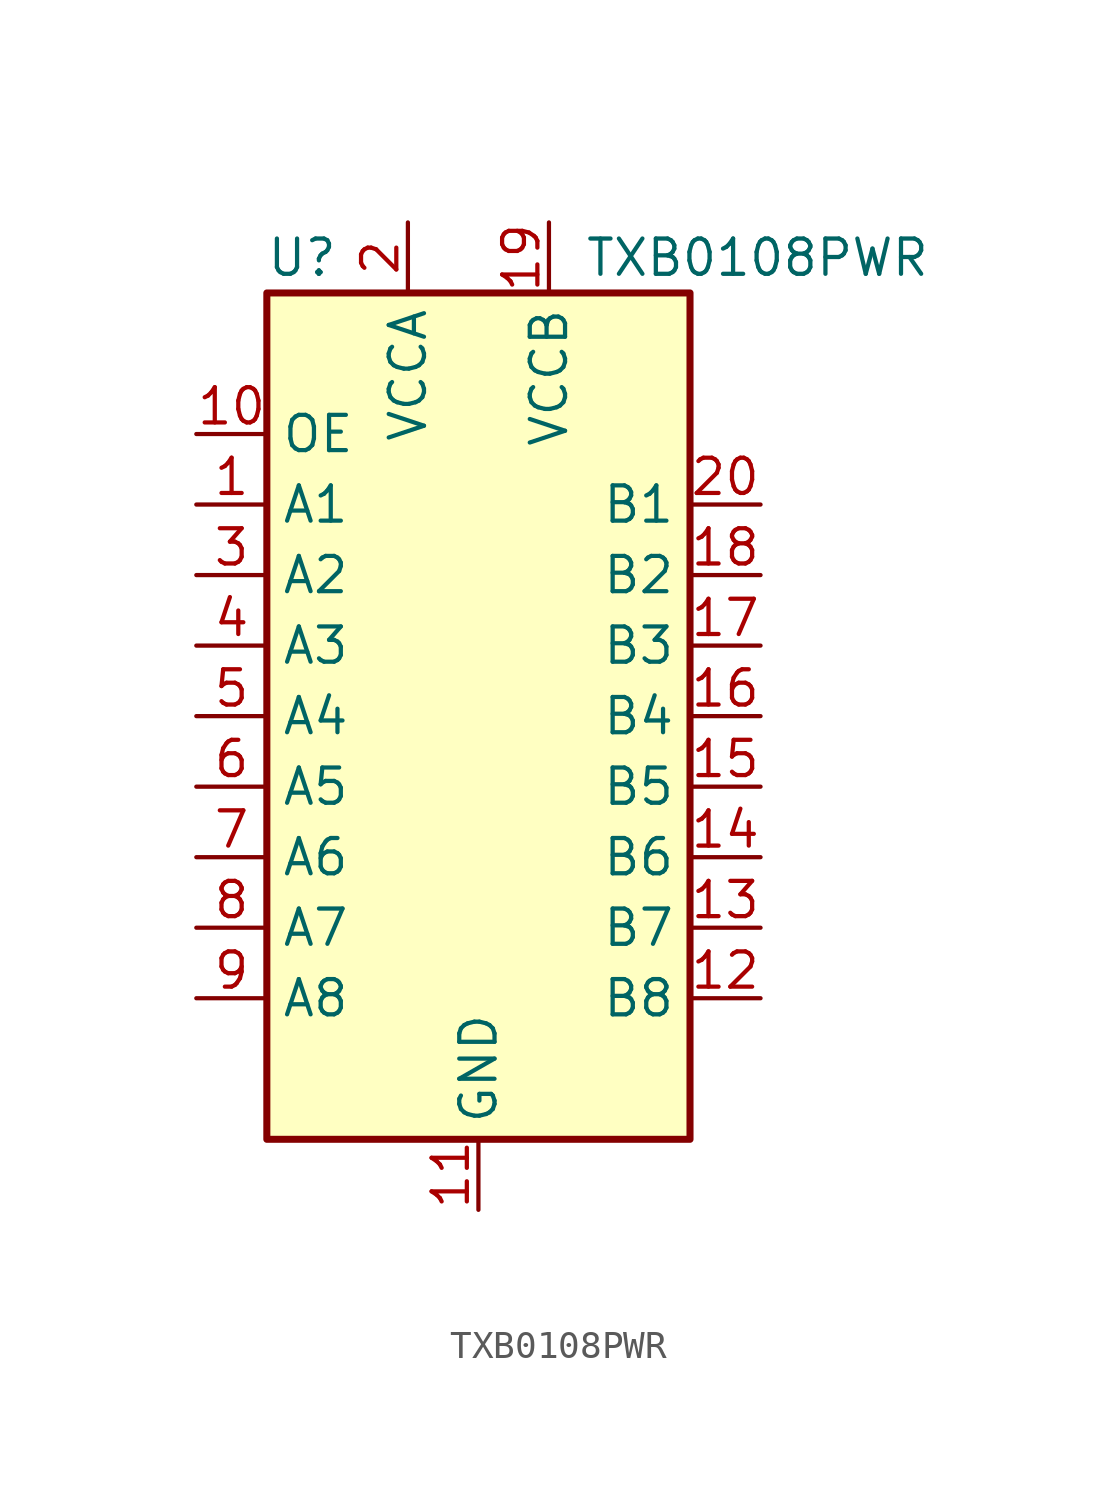
<source format=kicad_sym>
(kicad_symbol_lib
  (version 20220914)
  (generator kicad_symbol_editor)
  (symbol "TXB0108PWR"
    (property "Reference" "U"
      (at -6.35 16.51 0)
      (effects (font (size 1.27 1.27))))
    (property "Value" "TXB0108PWR"
      (at 3.81 16.51 0)
      (effects (font (size 1.27 1.27)) (justify left)))
    (symbol "TXB0108PWR_0_1"
      (rectangle (start -7.62 15.24) (end 7.62 -15.24) (stroke (width 0.254) (type solid)) (fill (type background))))
    (symbol "TXB0108PWR_1_1"
      (pin bidirectional line (at -10.16 7.62 0) (length 2.54) (name "A1" (effects (font (size 1.27 1.27)))) (number "1" (effects (font (size 1.27 1.27)))))
      (pin input line (at -10.16 10.16 0) (length 2.54) (name "OE" (effects (font (size 1.27 1.27)))) (number "10" (effects (font (size 1.27 1.27)))))
      (pin power_in line (at 0 -17.78 90) (length 2.54) (name "GND" (effects (font (size 1.27 1.27)))) (number "11" (effects (font (size 1.27 1.27)))))
      (pin bidirectional line (at 10.16 -10.16 180) (length 2.54) (name "B8" (effects (font (size 1.27 1.27)))) (number "12" (effects (font (size 1.27 1.27)))))
      (pin bidirectional line (at 10.16 -7.62 180) (length 2.54) (name "B7" (effects (font (size 1.27 1.27)))) (number "13" (effects (font (size 1.27 1.27)))))
      (pin bidirectional line (at 10.16 -5.08 180) (length 2.54) (name "B6" (effects (font (size 1.27 1.27)))) (number "14" (effects (font (size 1.27 1.27)))))
      (pin bidirectional line (at 10.16 -2.54 180) (length 2.54) (name "B5" (effects (font (size 1.27 1.27)))) (number "15" (effects (font (size 1.27 1.27)))))
      (pin bidirectional line (at 10.16 0 180) (length 2.54) (name "B4" (effects (font (size 1.27 1.27)))) (number "16" (effects (font (size 1.27 1.27)))))
      (pin bidirectional line (at 10.16 2.54 180) (length 2.54) (name "B3" (effects (font (size 1.27 1.27)))) (number "17" (effects (font (size 1.27 1.27)))))
      (pin bidirectional line (at 10.16 5.08 180) (length 2.54) (name "B2" (effects (font (size 1.27 1.27)))) (number "18" (effects (font (size 1.27 1.27)))))
      (pin power_in line (at 2.54 17.78 270) (length 2.54) (name "VCCB" (effects (font (size 1.27 1.27)))) (number "19" (effects (font (size 1.27 1.27)))))
      (pin power_in line (at -2.54 17.78 270) (length 2.54) (name "VCCA" (effects (font (size 1.27 1.27)))) (number "2" (effects (font (size 1.27 1.27)))))
      (pin bidirectional line (at 10.16 7.62 180) (length 2.54) (name "B1" (effects (font (size 1.27 1.27)))) (number "20" (effects (font (size 1.27 1.27)))))
      (pin bidirectional line (at -10.16 5.08 0) (length 2.54) (name "A2" (effects (font (size 1.27 1.27)))) (number "3" (effects (font (size 1.27 1.27)))))
      (pin bidirectional line (at -10.16 2.54 0) (length 2.54) (name "A3" (effects (font (size 1.27 1.27)))) (number "4" (effects (font (size 1.27 1.27)))))
      (pin bidirectional line (at -10.16 0 0) (length 2.54) (name "A4" (effects (font (size 1.27 1.27)))) (number "5" (effects (font (size 1.27 1.27)))))
      (pin bidirectional line (at -10.16 -2.54 0) (length 2.54) (name "A5" (effects (font (size 1.27 1.27)))) (number "6" (effects (font (size 1.27 1.27)))))
      (pin bidirectional line (at -10.16 -5.08 0) (length 2.54) (name "A6" (effects (font (size 1.27 1.27)))) (number "7" (effects (font (size 1.27 1.27)))))
      (pin bidirectional line (at -10.16 -7.62 0) (length 2.54) (name "A7" (effects (font (size 1.27 1.27)))) (number "8" (effects (font (size 1.27 1.27)))))
      (pin bidirectional line (at -10.16 -10.16 0) (length 2.54) (name "A8" (effects (font (size 1.27 1.27)))) (number "9" (effects (font (size 1.27 1.27))))))))
</source>
